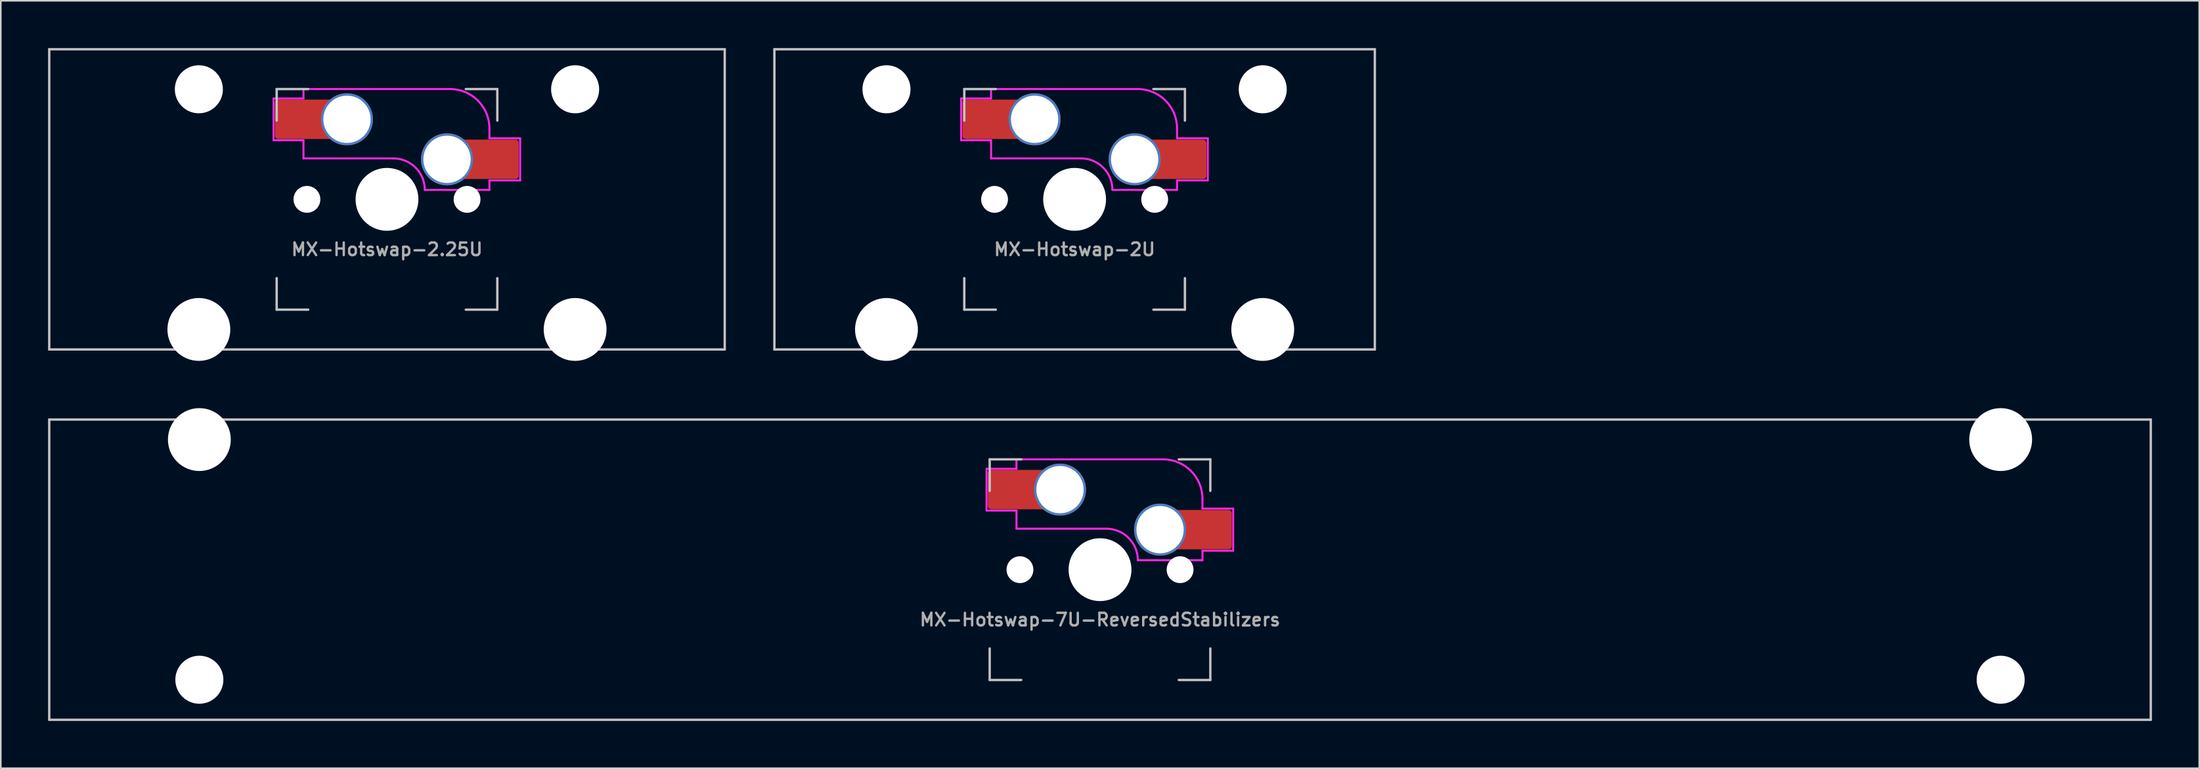
<source format=kicad_pcb>
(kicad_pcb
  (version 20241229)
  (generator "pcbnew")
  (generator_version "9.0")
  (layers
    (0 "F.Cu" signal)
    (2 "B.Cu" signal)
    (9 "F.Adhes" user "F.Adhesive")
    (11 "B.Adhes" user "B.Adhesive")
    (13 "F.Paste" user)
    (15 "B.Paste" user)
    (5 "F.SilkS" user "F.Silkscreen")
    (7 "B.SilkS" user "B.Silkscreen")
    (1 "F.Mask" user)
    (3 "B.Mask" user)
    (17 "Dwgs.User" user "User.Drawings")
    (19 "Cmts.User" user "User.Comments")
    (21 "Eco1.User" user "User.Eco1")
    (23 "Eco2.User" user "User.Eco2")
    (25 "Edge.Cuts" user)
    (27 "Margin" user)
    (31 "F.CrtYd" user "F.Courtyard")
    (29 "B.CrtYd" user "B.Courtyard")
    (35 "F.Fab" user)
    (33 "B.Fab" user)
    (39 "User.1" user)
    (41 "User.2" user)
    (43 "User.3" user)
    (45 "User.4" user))
  (footprint "MX-Hotswap-2U"
    (layer "F.Cu")
    (at 65.138 9.6)
    (property "Reference" "MX-Hotswap-2U" (at 0 3.175 0) (layer "F.Fab") (effects (font (size 0.8 0.8) (thickness 0.15))))
    (attr smd)
    (fp_line (start -19.05 9.525) (end -19.05 -9.525) (stroke (width 0.15) (type solid)) (layer "Dwgs.User"))
    (fp_line (start -7 -7) (end -5 -7) (stroke (width 0.15) (type solid)) (layer "Dwgs.User"))
    (fp_line (start -7 -5) (end -7 -7) (stroke (width 0.15) (type solid)) (layer "Dwgs.User"))
    (fp_line (start -7 5) (end -7 7) (stroke (width 0.15) (type solid)) (layer "Dwgs.User"))
    (fp_line (start -7 7) (end -5 7) (stroke (width 0.15) (type solid)) (layer "Dwgs.User"))
    (fp_line (start 5 7) (end 7 7) (stroke (width 0.15) (type solid)) (layer "Dwgs.User"))
    (fp_line (start 7 -7) (end 5 -7) (stroke (width 0.15) (type solid)) (layer "Dwgs.User"))
    (fp_line (start 7 -5) (end 7 -7) (stroke (width 0.15) (type solid)) (layer "Dwgs.User"))
    (fp_line (start 7 7) (end 7 5) (stroke (width 0.15) (type solid)) (layer "Dwgs.User"))
    (fp_line (start 19.05 -9.525) (end -19.05 -9.525) (stroke (width 0.15) (type solid)) (layer "Dwgs.User"))
    (fp_line (start 19.05 9.525) (end -19.05 9.525) (stroke (width 0.15) (type solid)) (layer "Dwgs.User"))
    (fp_line (start 19.05 9.525) (end 19.05 -9.525) (stroke (width 0.15) (type solid)) (layer "Dwgs.User"))
    (fp_line (start -7.2 -6.4) (end -5.3 -6.4) (stroke (width 0.127) (type solid)) (layer "F.CrtYd"))
    (fp_line (start -7.2 -3.75) (end -7.2 -6.4) (stroke (width 0.127) (type solid)) (layer "F.CrtYd"))
    (fp_line (start -5.3 -6.4) (end -5.3 -7) (stroke (width 0.127) (type solid)) (layer "F.CrtYd"))
    (fp_line (start -5.3 -3.75) (end -7.2 -3.75) (stroke (width 0.127) (type solid)) (layer "F.CrtYd"))
    (fp_line (start -5.3 -3.75) (end -5.3 -2.6) (stroke (width 0.127) (type solid)) (layer "F.CrtYd"))
    (fp_line (start -5.3 -2.6) (end 0.4 -2.6) (stroke (width 0.127) (type solid)) (layer "F.CrtYd"))
    (fp_line (start 2.4 -0.6) (end 6.5 -0.6) (stroke (width 0.127) (type solid)) (layer "F.CrtYd"))
    (fp_line (start 4 -7) (end -5.3 -7) (stroke (width 0.127) (type solid)) (layer "F.CrtYd"))
    (fp_line (start 6.5 -3.875) (end 6.5 -4.5) (stroke (width 0.127) (type solid)) (layer "F.CrtYd"))
    (fp_line (start 6.5 -1.2) (end 6.5 -0.6) (stroke (width 0.127) (type solid)) (layer "F.CrtYd"))
    (fp_line (start 6.5 -1.2) (end 8.45 -1.2) (stroke (width 0.127) (type solid)) (layer "F.CrtYd"))
    (fp_line (start 8.45 -3.875) (end 6.5 -3.875) (stroke (width 0.127) (type solid)) (layer "F.CrtYd"))
    (fp_line (start 8.45 -1.2) (end 8.45 -3.875) (stroke (width 0.127) (type solid)) (layer "F.CrtYd"))
    (fp_arc (start 0.4 -2.6) (mid 1.814214 -2.014214) (end 2.4 -0.6) (stroke (width 0.127) (type solid)) (layer "F.CrtYd"))
    (fp_arc (start 4 -7) (mid 5.767767 -6.267767) (end 6.5 -4.5) (stroke (width 0.127) (type solid)) (layer "F.CrtYd"))
    (pad "" np_thru_hole circle (at -11.938 -6.985) (size 3.048 3.048) (drill 3.048) (layers "*.Cu" "*.Mask"))
    (pad "" np_thru_hole circle (at -11.938 8.255) (size 3.988 3.988) (drill 3.988) (layers "*.Cu" "*.Mask"))
    (pad "" np_thru_hole circle (at -5.08 0 311.901) (size 1.702 1.702) (drill 1.702) (layers "*.Cu" "*.Mask"))
    (pad "" np_thru_hole circle (at 0 0) (size 3.988 3.988) (drill 3.988) (layers "*.Cu" "*.Mask"))
    (pad "" np_thru_hole circle (at 5.08 0 311.901) (size 1.702 1.702) (drill 1.702) (layers "*.Cu" "*.Mask"))
    (pad "" np_thru_hole circle (at 11.938 -6.985) (size 3.048 3.048) (drill 3.048) (layers "*.Cu" "*.Mask"))
    (pad "" np_thru_hole circle (at 11.938 8.255) (size 3.988 3.988) (drill 3.988) (layers "*.Cu" "*.Mask"))
    (pad "1" thru_hole circle (at 3.81 -2.54) (size 3.3 3.3) (drill 3) (layers "*.Cu" "*.Mask"))
    (pad "1" smd roundrect (at 6.18 -2.54) (size 4.36 2.5) (layers "F.Cu" "F.Mask" "F.Paste") (roundrect_rratio 0.08))
    (pad "2" smd roundrect (at -5.059 -5.08) (size 4.117 2.5) (layers "F.Cu" "F.Mask" "F.Paste") (roundrect_rratio 0.08))
    (pad "2" thru_hole circle (at -2.54 -5.08) (size 3.3 3.3) (drill 3) (layers "*.Cu" "*.Mask")))
  (footprint "MX-Hotswap-7U-ReversedStabilizers"
    (layer "F.Cu")
    (at 66.75 33.098)
    (property "Reference" "MX-Hotswap-7U-ReversedStabilizers" (at 0 3.175 0) (layer "F.Fab") (effects (font (size 0.8 0.8) (thickness 0.15))))
    (attr smd)
    (fp_line (start -66.675 9.525) (end -66.675 -9.525) (stroke (width 0.15) (type solid)) (layer "Dwgs.User"))
    (fp_line (start -7 -7) (end -5 -7) (stroke (width 0.15) (type solid)) (layer "Dwgs.User"))
    (fp_line (start -7 -5) (end -7 -7) (stroke (width 0.15) (type solid)) (layer "Dwgs.User"))
    (fp_line (start -7 5) (end -7 7) (stroke (width 0.15) (type solid)) (layer "Dwgs.User"))
    (fp_line (start -7 7) (end -5 7) (stroke (width 0.15) (type solid)) (layer "Dwgs.User"))
    (fp_line (start 5 7) (end 7 7) (stroke (width 0.15) (type solid)) (layer "Dwgs.User"))
    (fp_line (start 7 -7) (end 5 -7) (stroke (width 0.15) (type solid)) (layer "Dwgs.User"))
    (fp_line (start 7 -5) (end 7 -7) (stroke (width 0.15) (type solid)) (layer "Dwgs.User"))
    (fp_line (start 7 7) (end 7 5) (stroke (width 0.15) (type solid)) (layer "Dwgs.User"))
    (fp_line (start 66.675 -9.525) (end -66.675 -9.525) (stroke (width 0.15) (type solid)) (layer "Dwgs.User"))
    (fp_line (start 66.675 9.525) (end -66.675 9.525) (stroke (width 0.15) (type solid)) (layer "Dwgs.User"))
    (fp_line (start 66.675 9.525) (end 66.675 -9.525) (stroke (width 0.15) (type solid)) (layer "Dwgs.User"))
    (fp_line (start -7.2 -6.4) (end -5.3 -6.4) (stroke (width 0.127) (type solid)) (layer "F.CrtYd"))
    (fp_line (start -7.2 -3.75) (end -7.2 -6.4) (stroke (width 0.127) (type solid)) (layer "F.CrtYd"))
    (fp_line (start -5.3 -6.4) (end -5.3 -7) (stroke (width 0.127) (type solid)) (layer "F.CrtYd"))
    (fp_line (start -5.3 -3.75) (end -7.2 -3.75) (stroke (width 0.127) (type solid)) (layer "F.CrtYd"))
    (fp_line (start -5.3 -3.75) (end -5.3 -2.6) (stroke (width 0.127) (type solid)) (layer "F.CrtYd"))
    (fp_line (start -5.3 -2.6) (end 0.4 -2.6) (stroke (width 0.127) (type solid)) (layer "F.CrtYd"))
    (fp_line (start 2.4 -0.6) (end 6.5 -0.6) (stroke (width 0.127) (type solid)) (layer "F.CrtYd"))
    (fp_line (start 4 -7) (end -5.3 -7) (stroke (width 0.127) (type solid)) (layer "F.CrtYd"))
    (fp_line (start 6.5 -3.875) (end 6.5 -4.5) (stroke (width 0.127) (type solid)) (layer "F.CrtYd"))
    (fp_line (start 6.5 -1.2) (end 6.5 -0.6) (stroke (width 0.127) (type solid)) (layer "F.CrtYd"))
    (fp_line (start 6.5 -1.2) (end 8.45 -1.2) (stroke (width 0.127) (type solid)) (layer "F.CrtYd"))
    (fp_line (start 8.45 -3.875) (end 6.5 -3.875) (stroke (width 0.127) (type solid)) (layer "F.CrtYd"))
    (fp_line (start 8.45 -1.2) (end 8.45 -3.875) (stroke (width 0.127) (type solid)) (layer "F.CrtYd"))
    (fp_arc (start 0.4 -2.6) (mid 1.814214 -2.014214) (end 2.4 -0.6) (stroke (width 0.127) (type solid)) (layer "F.CrtYd"))
    (fp_arc (start 4 -7) (mid 5.767767 -6.267767) (end 6.5 -4.5) (stroke (width 0.127) (type solid)) (layer "F.CrtYd"))
    (pad "" np_thru_hole circle (at -57.15 -8.255) (size 3.988 3.988) (drill 3.988) (layers "*.Cu" "*.Mask"))
    (pad "" np_thru_hole circle (at -57.15 6.985) (size 3.048 3.048) (drill 3.048) (layers "*.Cu" "*.Mask"))
    (pad "" np_thru_hole circle (at -5.08 0 311.901) (size 1.702 1.702) (drill 1.702) (layers "*.Cu" "*.Mask"))
    (pad "" np_thru_hole circle (at 0 0) (size 3.988 3.988) (drill 3.988) (layers "*.Cu" "*.Mask"))
    (pad "" np_thru_hole circle (at 5.08 0 311.901) (size 1.702 1.702) (drill 1.702) (layers "*.Cu" "*.Mask"))
    (pad "" np_thru_hole circle (at 57.15 -8.255) (size 3.988 3.988) (drill 3.988) (layers "*.Cu" "*.Mask"))
    (pad "" np_thru_hole circle (at 57.15 6.985) (size 3.048 3.048) (drill 3.048) (layers "*.Cu" "*.Mask"))
    (pad "1" thru_hole circle (at 3.81 -2.54) (size 3.3 3.3) (drill 3) (layers "*.Cu" "*.Mask"))
    (pad "1" smd roundrect (at 6.43 -2.54) (size 3.86 2.5) (layers "F.Cu" "F.Mask" "F.Paste") (roundrect_rratio 0.08))
    (pad "2" smd roundrect (at -5.059 -5.08) (size 4.117 2.5) (layers "F.Cu" "F.Mask" "F.Paste") (roundrect_rratio 0.08))
    (pad "2" thru_hole circle (at -2.54 -5.08) (size 3.3 3.3) (drill 3) (layers "*.Cu" "*.Mask")))
  (footprint "MX-Hotswap-2.25U"
    (layer "F.Cu")
    (at 21.506 9.6)
    (property "Reference" "MX-Hotswap-2.25U" (at 0 3.175 0) (layer "F.Fab") (effects (font (size 0.8 0.8) (thickness 0.15))))
    (attr smd)
    (fp_line (start -21.431 9.525) (end -21.431 -9.525) (stroke (width 0.15) (type solid)) (layer "Dwgs.User"))
    (fp_line (start -7 -7) (end -5 -7) (stroke (width 0.15) (type solid)) (layer "Dwgs.User"))
    (fp_line (start -7 -5) (end -7 -7) (stroke (width 0.15) (type solid)) (layer "Dwgs.User"))
    (fp_line (start -7 5) (end -7 7) (stroke (width 0.15) (type solid)) (layer "Dwgs.User"))
    (fp_line (start -7 7) (end -5 7) (stroke (width 0.15) (type solid)) (layer "Dwgs.User"))
    (fp_line (start 5 7) (end 7 7) (stroke (width 0.15) (type solid)) (layer "Dwgs.User"))
    (fp_line (start 7 -7) (end 5 -7) (stroke (width 0.15) (type solid)) (layer "Dwgs.User"))
    (fp_line (start 7 -5) (end 7 -7) (stroke (width 0.15) (type solid)) (layer "Dwgs.User"))
    (fp_line (start 7 7) (end 7 5) (stroke (width 0.15) (type solid)) (layer "Dwgs.User"))
    (fp_line (start 21.431 -9.525) (end -21.431 -9.525) (stroke (width 0.15) (type solid)) (layer "Dwgs.User"))
    (fp_line (start 21.431 9.525) (end -21.431 9.525) (stroke (width 0.15) (type solid)) (layer "Dwgs.User"))
    (fp_line (start 21.431 9.525) (end 21.431 -9.525) (stroke (width 0.15) (type solid)) (layer "Dwgs.User"))
    (fp_line (start -7.2 -6.4) (end -5.3 -6.4) (stroke (width 0.127) (type solid)) (layer "F.CrtYd"))
    (fp_line (start -7.2 -3.75) (end -7.2 -6.4) (stroke (width 0.127) (type solid)) (layer "F.CrtYd"))
    (fp_line (start -5.3 -6.4) (end -5.3 -7) (stroke (width 0.127) (type solid)) (layer "F.CrtYd"))
    (fp_line (start -5.3 -3.75) (end -7.2 -3.75) (stroke (width 0.127) (type solid)) (layer "F.CrtYd"))
    (fp_line (start -5.3 -3.75) (end -5.3 -2.6) (stroke (width 0.127) (type solid)) (layer "F.CrtYd"))
    (fp_line (start -5.3 -2.6) (end 0.4 -2.6) (stroke (width 0.127) (type solid)) (layer "F.CrtYd"))
    (fp_line (start 2.4 -0.6) (end 6.5 -0.6) (stroke (width 0.127) (type solid)) (layer "F.CrtYd"))
    (fp_line (start 4 -7) (end -5.3 -7) (stroke (width 0.127) (type solid)) (layer "F.CrtYd"))
    (fp_line (start 6.5 -3.875) (end 6.5 -4.5) (stroke (width 0.127) (type solid)) (layer "F.CrtYd"))
    (fp_line (start 6.5 -1.2) (end 6.5 -0.6) (stroke (width 0.127) (type solid)) (layer "F.CrtYd"))
    (fp_line (start 6.5 -1.2) (end 8.45 -1.2) (stroke (width 0.127) (type solid)) (layer "F.CrtYd"))
    (fp_line (start 8.45 -3.875) (end 6.5 -3.875) (stroke (width 0.127) (type solid)) (layer "F.CrtYd"))
    (fp_line (start 8.45 -1.2) (end 8.45 -3.875) (stroke (width 0.127) (type solid)) (layer "F.CrtYd"))
    (fp_arc (start 0.4 -2.6) (mid 1.814214 -2.014214) (end 2.4 -0.6) (stroke (width 0.127) (type solid)) (layer "F.CrtYd"))
    (fp_arc (start 4 -7) (mid 5.767767 -6.267767) (end 6.5 -4.5) (stroke (width 0.127) (type solid)) (layer "F.CrtYd"))
    (pad "" np_thru_hole circle (at -11.938 -6.985) (size 3.048 3.048) (drill 3.048) (layers "*.Cu" "*.Mask"))
    (pad "" np_thru_hole circle (at -11.938 8.255) (size 3.988 3.988) (drill 3.988) (layers "*.Cu" "*.Mask"))
    (pad "" np_thru_hole circle (at -5.08 0 311.901) (size 1.702 1.702) (drill 1.702) (layers "*.Cu" "*.Mask"))
    (pad "" np_thru_hole circle (at 0 0) (size 3.988 3.988) (drill 3.988) (layers "*.Cu" "*.Mask"))
    (pad "" np_thru_hole circle (at 5.08 0 311.901) (size 1.702 1.702) (drill 1.702) (layers "*.Cu" "*.Mask"))
    (pad "" np_thru_hole circle (at 11.938 -6.985) (size 3.048 3.048) (drill 3.048) (layers "*.Cu" "*.Mask"))
    (pad "" np_thru_hole circle (at 11.938 8.255) (size 3.988 3.988) (drill 3.988) (layers "*.Cu" "*.Mask"))
    (pad "1" thru_hole circle (at 3.81 -2.54) (size 3.3 3.3) (drill 3) (layers "*.Cu" "*.Mask"))
    (pad "1" smd roundrect (at 5.93 -2.54) (size 4.86 2.5) (layers "F.Cu" "F.Mask" "F.Paste") (roundrect_rratio 0.08))
    (pad "2" smd roundrect (at -5.059 -5.08) (size 4.117 2.5) (layers "F.Cu" "F.Mask" "F.Paste") (roundrect_rratio 0.08))
    (pad "2" thru_hole circle (at -2.54 -5.08) (size 3.3 3.3) (drill 3) (layers "*.Cu" "*.Mask")))
  (gr_rect
    (start -3 -3)
    (end 136.5 45.698)
    (stroke (width 0.1) (type default))
    (fill no)
    (layer "Edge.Cuts")))
</source>
